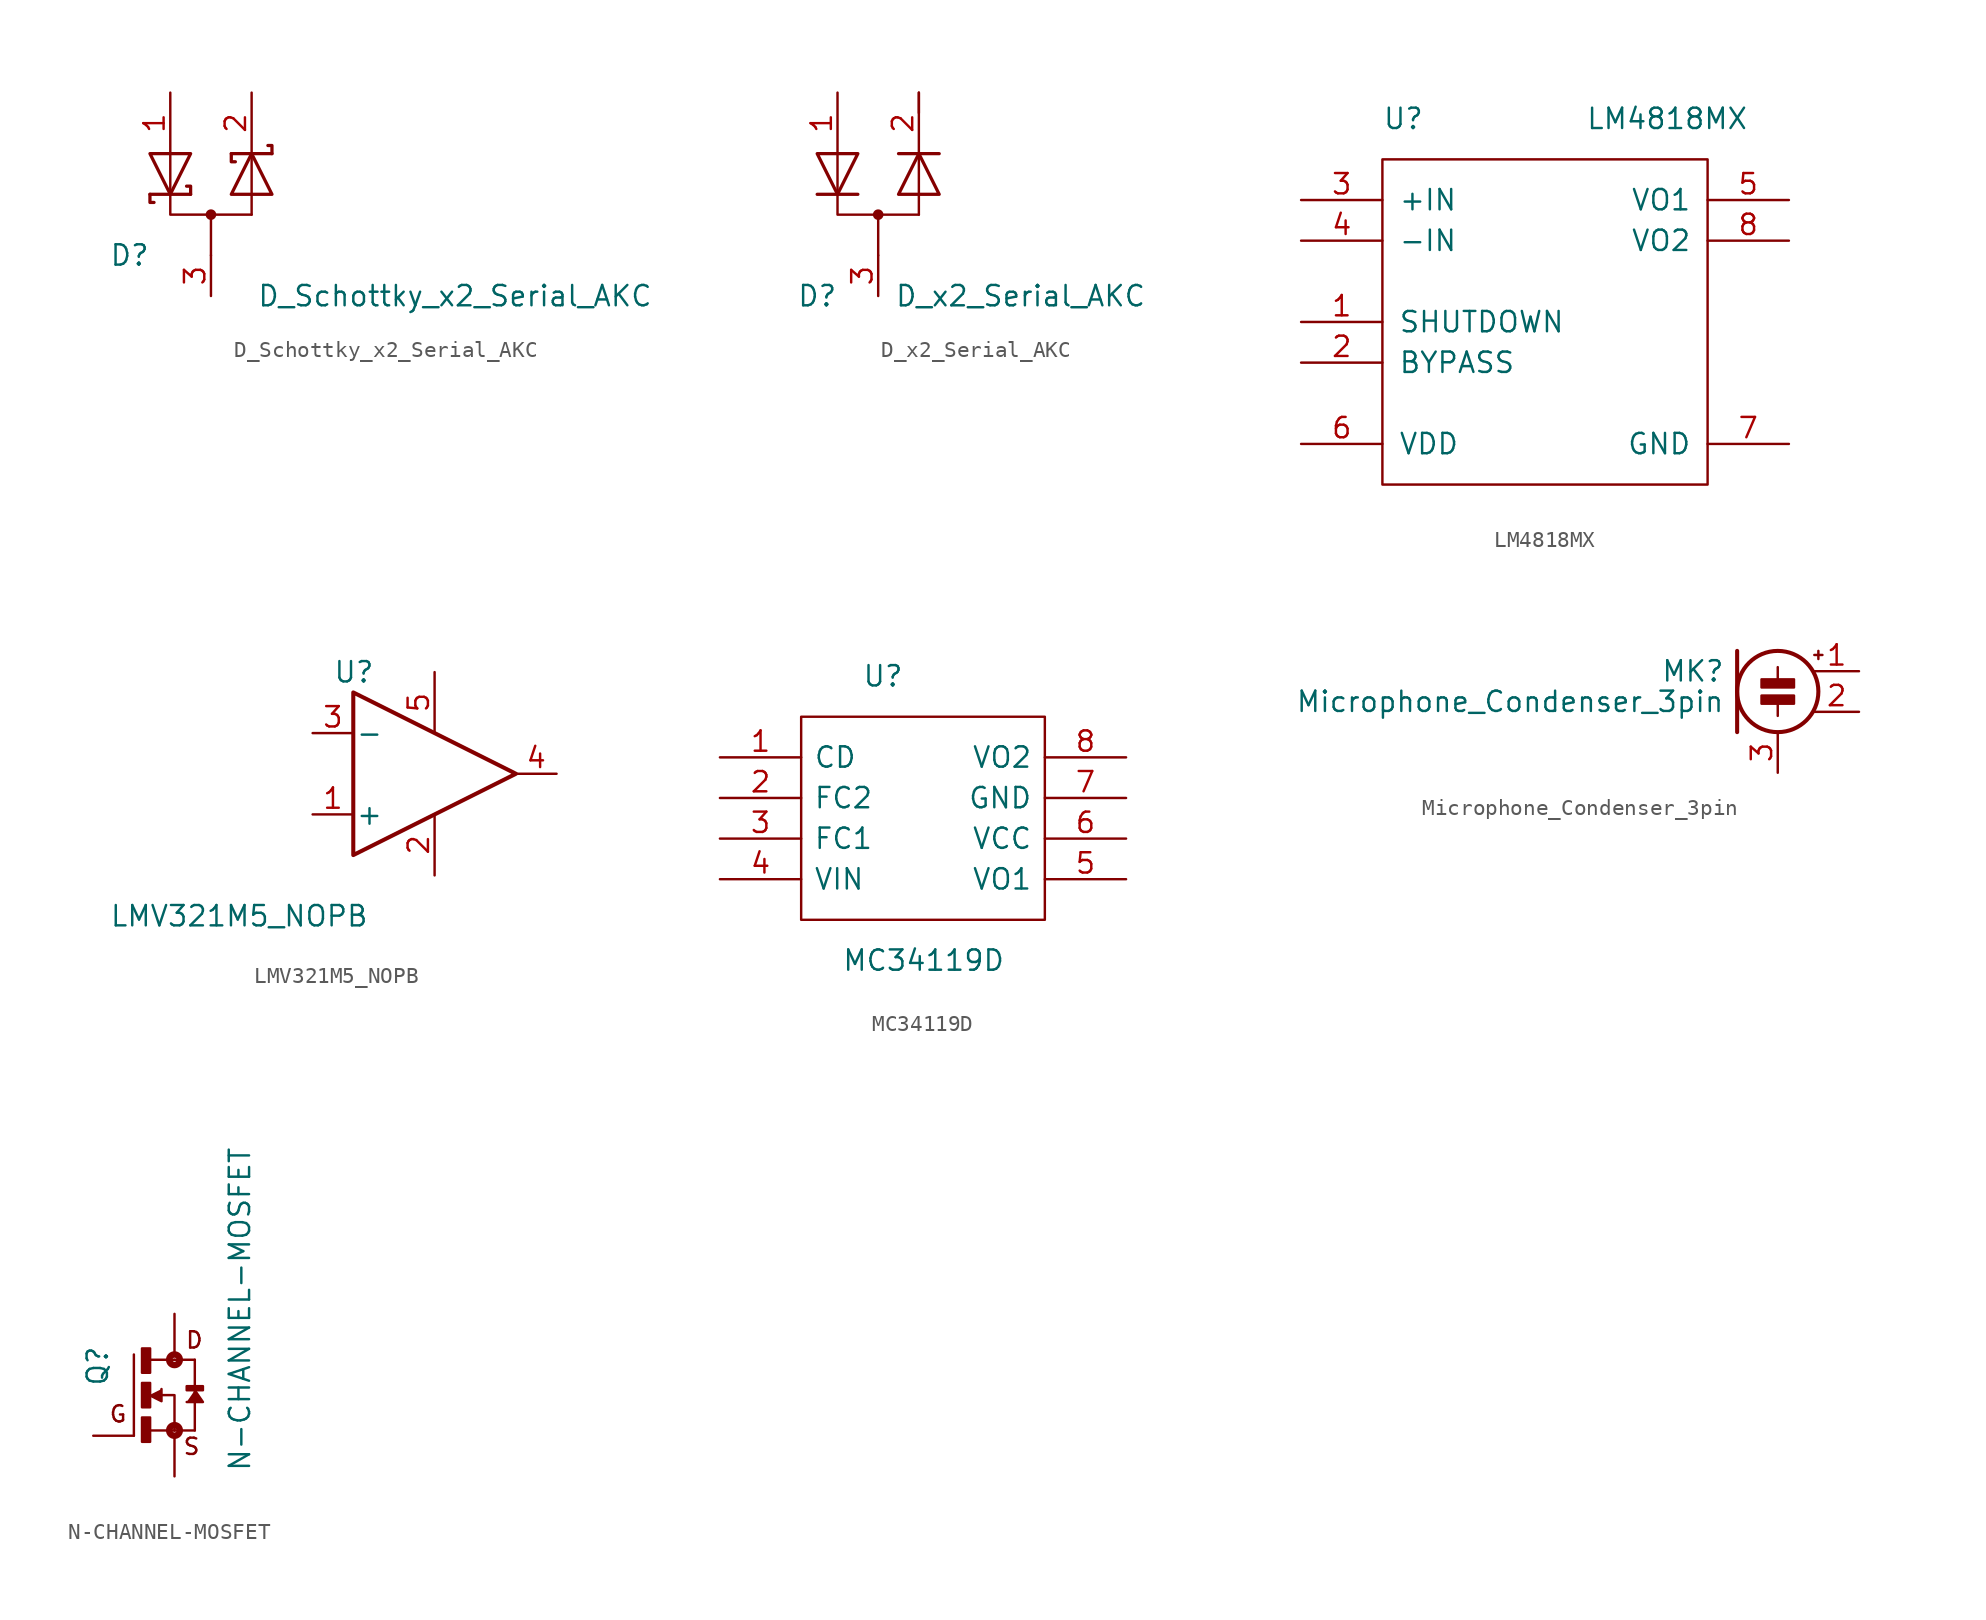
<source format=kicad_sym>
(kicad_symbol_lib
  (version 20231120)
  (generator "kicad_symbol_editor")
  (generator_version "8.0")
  (symbol "D_Schottky_x2_Serial_AKC"
    (pin_names
      (offset 0.762) hide)
    (property "Reference" "D"
      (at -5.08 -2.54 0)
      (effects (font (size 1.27 1.27))))
    (property "Value" "D_Schottky_x2_Serial_AKC"
      (at 15.24 -5.08 0)
      (effects (font (size 1.27 1.27))))
    (symbol "D_Schottky_x2_Serial_AKC_0_1"
      (polyline (pts (xy 0 0) (xy 0 -2.54)) (stroke (width 0) (type solid)) (fill (type none)))
      (polyline (pts (xy 0 0) (xy 2.54 0)) (stroke (width 0) (type solid)) (fill (type none)))
      (polyline (pts (xy 2.54 0) (xy 2.54 3.81)) (stroke (width 0) (type solid)) (fill (type none)))
      (polyline (pts (xy -3.81 1.27) (xy -1.27 1.27) (xy -1.27 1.27)) (stroke (width 0.203) (type solid)) (fill (type none)))
      (polyline (pts (xy 0 0) (xy -2.54 0) (xy -2.54 3.81)) (stroke (width 0) (type solid)) (fill (type none)))
      (polyline (pts (xy 1.27 3.81) (xy 3.81 3.81) (xy 3.81 3.81)) (stroke (width 0.203) (type solid)) (fill (type none)))
      (polyline (pts (xy -3.81 1.27) (xy -3.81 0.762) (xy -3.556 0.762) (xy -3.556 0.762)) (stroke (width 0.203) (type solid)) (fill (type none)))
      (polyline (pts (xy 1.27 3.81) (xy 1.27 3.302) (xy 1.524 3.302) (xy 1.524 3.302)) (stroke (width 0.203) (type solid)) (fill (type none)))
      (polyline (pts (xy 3.81 3.81) (xy 3.81 4.318) (xy 3.556 4.318) (xy 3.556 4.318)) (stroke (width 0.203) (type solid)) (fill (type none)))
      (polyline (pts (xy -1.524 1.778) (xy -1.27 1.778) (xy -1.27 1.27) (xy -1.27 1.27) (xy -1.27 1.27)) (stroke (width 0.203) (type solid)) (fill (type none)))
      (polyline (pts (xy -1.27 3.81) (xy -2.54 1.27) (xy -3.81 3.81) (xy -1.27 3.81) (xy -1.27 3.81) (xy -1.27 3.81)) (stroke (width 0.203) (type solid)) (fill (type none)))
      (polyline (pts (xy 1.27 1.27) (xy 2.54 3.81) (xy 3.81 1.27) (xy 1.27 1.27) (xy 1.27 1.27) (xy 1.27 1.27)) (stroke (width 0.203) (type solid)) (fill (type none)))
      (circle (center 0 0) (radius 0.254) (stroke (width 0) (type solid)) (fill (type outline)))
      (pin passive line (at -2.54 7.62 270) (length 3.81) (name "A" (effects (font (size 1.27 1.27)))) (number "1" (effects (font (size 1.27 1.27)))))
      (pin passive line (at 2.54 7.62 270) (length 3.81) (name "K" (effects (font (size 1.27 1.27)))) (number "2" (effects (font (size 1.27 1.27)))))
      (pin passive line (at 0 -5.08 90) (length 2.54) (name "common" (effects (font (size 1.27 1.27)))) (number "3" (effects (font (size 1.27 1.27)))))))
  (symbol "D_x2_Serial_AKC"
    (pin_names
      (offset 0.762) hide)
    (property "Reference" "D"
      (at -3.81 -5.08 0)
      (effects (font (size 1.27 1.27))))
    (property "Value" "D_x2_Serial_AKC"
      (at 8.89 -5.08 0)
      (effects (font (size 1.27 1.27))))
    (symbol "D_x2_Serial_AKC_0_1"
      (polyline (pts (xy 0 0) (xy 0 -2.54)) (stroke (width 0) (type solid)) (fill (type none)))
      (polyline (pts (xy 0 0) (xy 2.54 0)) (stroke (width 0) (type solid)) (fill (type none)))
      (polyline (pts (xy 2.54 0) (xy 2.54 3.81)) (stroke (width 0) (type solid)) (fill (type none)))
      (polyline (pts (xy 2.54 6.35) (xy 2.54 7.62)) (stroke (width 0) (type solid)) (fill (type none)))
      (polyline (pts (xy -3.81 1.27) (xy -1.27 1.27) (xy -1.27 1.27)) (stroke (width 0.203) (type solid)) (fill (type none)))
      (polyline (pts (xy -2.54 3.81) (xy -2.54 0) (xy 0 0)) (stroke (width 0) (type solid)) (fill (type none)))
      (polyline (pts (xy 1.27 3.81) (xy 3.81 3.81) (xy 3.81 3.81)) (stroke (width 0.203) (type solid)) (fill (type none)))
      (polyline (pts (xy -1.27 3.81) (xy -2.54 1.27) (xy -3.81 3.81) (xy -1.27 3.81) (xy -1.27 3.81) (xy -1.27 3.81)) (stroke (width 0.203) (type solid)) (fill (type none)))
      (polyline (pts (xy 1.27 1.27) (xy 2.54 3.81) (xy 3.81 1.27) (xy 1.27 1.27) (xy 1.27 1.27) (xy 1.27 1.27)) (stroke (width 0.203) (type solid)) (fill (type none)))
      (circle (center 0 0) (radius 0.254) (stroke (width 0) (type solid)) (fill (type outline)))
      (pin passive line (at -2.54 7.62 270) (length 3.81) (name "A" (effects (font (size 1.27 1.27)))) (number "1" (effects (font (size 1.27 1.27)))))
      (pin passive line (at 2.54 7.62 270) (length 3.81) (name "K" (effects (font (size 1.27 1.27)))) (number "2" (effects (font (size 1.27 1.27)))))
      (pin passive line (at 0 -5.08 90) (length 2.54) (name "common" (effects (font (size 1.27 1.27)))) (number "3" (effects (font (size 1.27 1.27)))))))
  (symbol "LM4818MX"
    (pin_names
      (offset 0.991))
    (property "Reference" "U"
      (at -10.16 12.7 0)
      (effects (font (size 1.27 1.27)) (justify left)))
    (property "Value" "LM4818MX"
      (at 2.54 12.7 0)
      (effects (font (size 1.27 1.27)) (justify left)))
    (symbol "LM4818MX_0_0"
      (pin unspecified line (at -15.24 0 0) (length 5.08) (name "SHUTDOWN" (effects (font (size 1.27 1.27)))) (number "1" (effects (font (size 1.27 1.27)))))
      (pin unspecified line (at -15.24 -2.54 0) (length 5.08) (name "BYPASS" (effects (font (size 1.27 1.27)))) (number "2" (effects (font (size 1.27 1.27)))))
      (pin input line (at -15.24 7.62 0) (length 5.08) (name "+IN" (effects (font (size 1.27 1.27)))) (number "3" (effects (font (size 1.27 1.27)))))
      (pin input line (at -15.24 5.08 0) (length 5.08) (name "-IN" (effects (font (size 1.27 1.27)))) (number "4" (effects (font (size 1.27 1.27)))))
      (pin output line (at 15.24 7.62 180) (length 5.08) (name "VO1" (effects (font (size 1.27 1.27)))) (number "5" (effects (font (size 1.27 1.27)))))
      (pin power_in line (at -15.24 -7.62 0) (length 5.08) (name "VDD" (effects (font (size 1.27 1.27)))) (number "6" (effects (font (size 1.27 1.27)))))
      (pin power_in line (at 15.24 -7.62 180) (length 5.08) (name "GND" (effects (font (size 1.27 1.27)))) (number "7" (effects (font (size 1.27 1.27)))))
      (pin output line (at 15.24 5.08 180) (length 5.08) (name "VO2" (effects (font (size 1.27 1.27)))) (number "8" (effects (font (size 1.27 1.27))))))
    (symbol "LM4818MX_0_1"
      (polyline (pts (xy -10.16 10.16) (xy 10.16 10.16) (xy 10.16 -10.16) (xy -10.16 -10.16) (xy -10.16 10.16)) (stroke (width 0.152) (type solid)) (fill (type none)))))
  (symbol "LMV321M5_NOPB"
    (pin_names
      (offset 0.127))
    (property "Reference" "U"
      (at -5.08 6.35 0)
      (effects (font (size 1.27 1.27)) (justify left)))
    (property "Value" "LMV321M5_NOPB"
      (at -19.05 -8.89 0)
      (effects (font (size 1.27 1.27)) (justify left)))
    (symbol "LMV321M5_NOPB_1_1"
      (polyline (pts (xy -3.81 5.08) (xy 6.35 0) (xy -3.81 -5.08) (xy -3.81 5.08)) (stroke (width 0.254) (type solid)) (fill (type none)))
      (pin input line (at -6.35 -2.54 0) (length 2.54) (name "+" (effects (font (size 1.27 1.27)))) (number "1" (effects (font (size 1.27 1.27)))))
      (pin power_in line (at 1.27 -6.35 90) (length 3.81) (name "~" (effects (font (size 1.27 1.27)))) (number "2" (effects (font (size 1.27 1.27)))))
      (pin input line (at -6.35 2.54 0) (length 2.54) (name "-" (effects (font (size 1.27 1.27)))) (number "3" (effects (font (size 1.27 1.27)))))
      (pin output line (at 8.89 0 180) (length 2.54) (name "~" (effects (font (size 1.27 1.27)))) (number "4" (effects (font (size 1.27 1.27)))))
      (pin power_in line (at 1.27 6.35 270) (length 3.81) (name "~" (effects (font (size 1.27 1.27)))) (number "5" (effects (font (size 1.27 1.27)))))))
  (symbol "MC34119D"
    (pin_names
      (offset 0.762))
    (property "Reference" "U"
      (at -3.81 8.89 0)
      (effects (font (size 1.27 1.27)) (justify left)))
    (property "Value" "MC34119D"
      (at -5.08 -8.89 0)
      (effects (font (size 1.27 1.27)) (justify left)))
    (symbol "MC34119D_0_0"
      (pin bidirectional line (at -12.7 3.81 0) (length 5.08) (name "CD" (effects (font (size 1.27 1.27)))) (number "1" (effects (font (size 1.27 1.27)))))
      (pin bidirectional line (at -12.7 1.27 0) (length 5.08) (name "FC2" (effects (font (size 1.27 1.27)))) (number "2" (effects (font (size 1.27 1.27)))))
      (pin bidirectional line (at -12.7 -1.27 0) (length 5.08) (name "FC1" (effects (font (size 1.27 1.27)))) (number "3" (effects (font (size 1.27 1.27)))))
      (pin bidirectional line (at -12.7 -3.81 0) (length 5.08) (name "VIN" (effects (font (size 1.27 1.27)))) (number "4" (effects (font (size 1.27 1.27)))))
      (pin bidirectional line (at 12.7 -3.81 180) (length 5.08) (name "VO1" (effects (font (size 1.27 1.27)))) (number "5" (effects (font (size 1.27 1.27)))))
      (pin bidirectional line (at 12.7 -1.27 180) (length 5.08) (name "VCC" (effects (font (size 1.27 1.27)))) (number "6" (effects (font (size 1.27 1.27)))))
      (pin bidirectional line (at 12.7 1.27 180) (length 5.08) (name "GND" (effects (font (size 1.27 1.27)))) (number "7" (effects (font (size 1.27 1.27)))))
      (pin bidirectional line (at 12.7 3.81 180) (length 5.08) (name "VO2" (effects (font (size 1.27 1.27)))) (number "8" (effects (font (size 1.27 1.27))))))
    (symbol "MC34119D_0_1"
      (polyline (pts (xy -7.62 6.35) (xy 7.62 6.35) (xy 7.62 -6.35) (xy -7.62 -6.35) (xy -7.62 6.35)) (stroke (width 0.152) (type solid)) (fill (type none)))))
  (symbol "Microphone_Condenser_3pin"
    (pin_names
      (offset 0) hide)
    (property "Reference" "MK"
      (at -3.302 1.27 0)
      (effects (font (size 1.27 1.27)) (justify right)))
    (property "Value" "Microphone_Condenser_3pin"
      (at -3.302 -0.635 0)
      (effects (font (size 1.27 1.27)) (justify right)))
    (symbol "Microphone_Condenser_3pin_0_1"
      (polyline (pts (xy -2.54 2.54) (xy -2.54 -2.54)) (stroke (width 0.254) (type solid)) (fill (type none)))
      (polyline (pts (xy 0 -0.762) (xy 0 -1.524)) (stroke (width 0) (type solid)) (fill (type none)))
      (polyline (pts (xy 0 0.762) (xy 0 1.524)) (stroke (width 0) (type solid)) (fill (type none)))
      (polyline (pts (xy 2.286 2.286) (xy 2.794 2.286)) (stroke (width 0) (type solid)) (fill (type none)))
      (polyline (pts (xy 2.54 2.54) (xy 2.54 2.032)) (stroke (width 0) (type solid)) (fill (type none)))
      (circle (center 0 0) (radius 2.54) (stroke (width 0.254) (type solid)) (fill (type none)))
      (rectangle (start 1.016 -0.254) (end -1.016 -0.762) (stroke (width 0) (type solid)) (fill (type outline)))
      (rectangle (start 1.016 0.762) (end -1.016 0.254) (stroke (width 0) (type solid)) (fill (type outline))))
    (symbol "Microphone_Condenser_3pin_1_1"
      (pin passive line (at 5.08 1.27 180) (length 2.794) (name "P" (effects (font (size 1.27 1.27)))) (number "1" (effects (font (size 1.27 1.27)))))
      (pin passive line (at 5.08 -1.27 180) (length 2.794) (name "N" (effects (font (size 1.27 1.27)))) (number "2" (effects (font (size 1.27 1.27)))))
      (pin input line (at 0 -5.08 90) (length 2.54) (name "C" (effects (font (size 1.27 1.27)))) (number "3" (effects (font (size 1.27 1.27)))))))
  (symbol "N-CHANNEL-MOSFET"
    (pin_names
      (offset 1.016))
    (property "Reference" "Q"
      (at -4.064 0.508 90)
      (effects (font (size 1.27 1.27)) (justify left bottom)))
    (property "Value" "N-CHANNEL-MOSFET"
      (at 4.826 -4.826 90)
      (effects (font (size 1.27 1.27)) (justify left bottom)))
    (property "ki_locked" ""
      (at 0 0 0)
      (effects (font (size 1.27 1.27))))
    (symbol "N-CHANNEL-MOSFET_1_0"
      (rectangle (start -2.032 -2.921) (end -1.524 -1.397) (stroke (width 0) (type solid)) (fill (type outline)))
      (rectangle (start -2.032 -0.762) (end -1.524 0.762) (stroke (width 0) (type solid)) (fill (type outline)))
      (rectangle (start -2.032 1.397) (end -1.524 2.921) (stroke (width 0) (type solid)) (fill (type outline)))
      (circle (center 0 -2.21) (radius 0.127) (stroke (width 0.406) (type solid)) (fill (type none)))
      (polyline (pts (xy -2.54 -2.54) (xy -2.54 2.54)) (stroke (width 0) (type solid)) (fill (type none)))
      (polyline (pts (xy -1.905 -2.21) (xy 0 -2.21)) (stroke (width 0) (type solid)) (fill (type none)))
      (polyline (pts (xy -1.575 2.21) (xy 0 2.21)) (stroke (width 0) (type solid)) (fill (type none)))
      (polyline (pts (xy -0.051 0) (xy -0.889 0)) (stroke (width 0) (type solid)) (fill (type none)))
      (polyline (pts (xy 0 0) (xy 0 -2.21)) (stroke (width 0) (type solid)) (fill (type none)))
      (polyline (pts (xy 0 2.21) (xy 1.27 2.21)) (stroke (width 0) (type solid)) (fill (type none)))
      (polyline (pts (xy 1.27 -2.21) (xy 0 -2.21)) (stroke (width 0) (type solid)) (fill (type none)))
      (polyline (pts (xy 1.27 2.21) (xy 1.27 -2.21)) (stroke (width 0) (type solid)) (fill (type none)))
      (polyline (pts (xy -1.575 0) (xy -0.813 -0.381) (xy -0.813 0.381)) (stroke (width 0) (type solid)) (fill (type outline)))
      (polyline (pts (xy 1.27 0.305) (xy 1.778 -0.432) (xy 0.762 -0.432)) (stroke (width 0) (type solid)) (fill (type outline)))
      (circle (center 0 2.21) (radius 0.127) (stroke (width 0.406) (type solid)) (fill (type none)))
      (rectangle (start 0.762 0.305) (end 1.778 0.559) (stroke (width 0) (type solid)) (fill (type outline)))
      (text "D" (at 0.635 2.845 0) (effects (font (size 1.016 1.016)) (justify left bottom)))
      (text "G" (at -2.921 -1.778 0) (effects (font (size 1.016 1.016)) (justify right bottom)))
      (text "S" (at 1.651 -3.81 0) (effects (font (size 1.016 1.016)) (justify right bottom)))
      (pin passive line (at -5.08 -2.54 0) (length 2.54) (name "G" (effects (font (size 0 0)))) (number "1" (effects (font (size 0 0)))))
      (pin passive line (at 0 -5.08 90) (length 2.54) (name "S" (effects (font (size 0 0)))) (number "2" (effects (font (size 0 0)))))
      (pin passive line (at 0 5.08 270) (length 2.54) (name "D" (effects (font (size 0 0)))) (number "3" (effects (font (size 0 0))))))))
</source>
